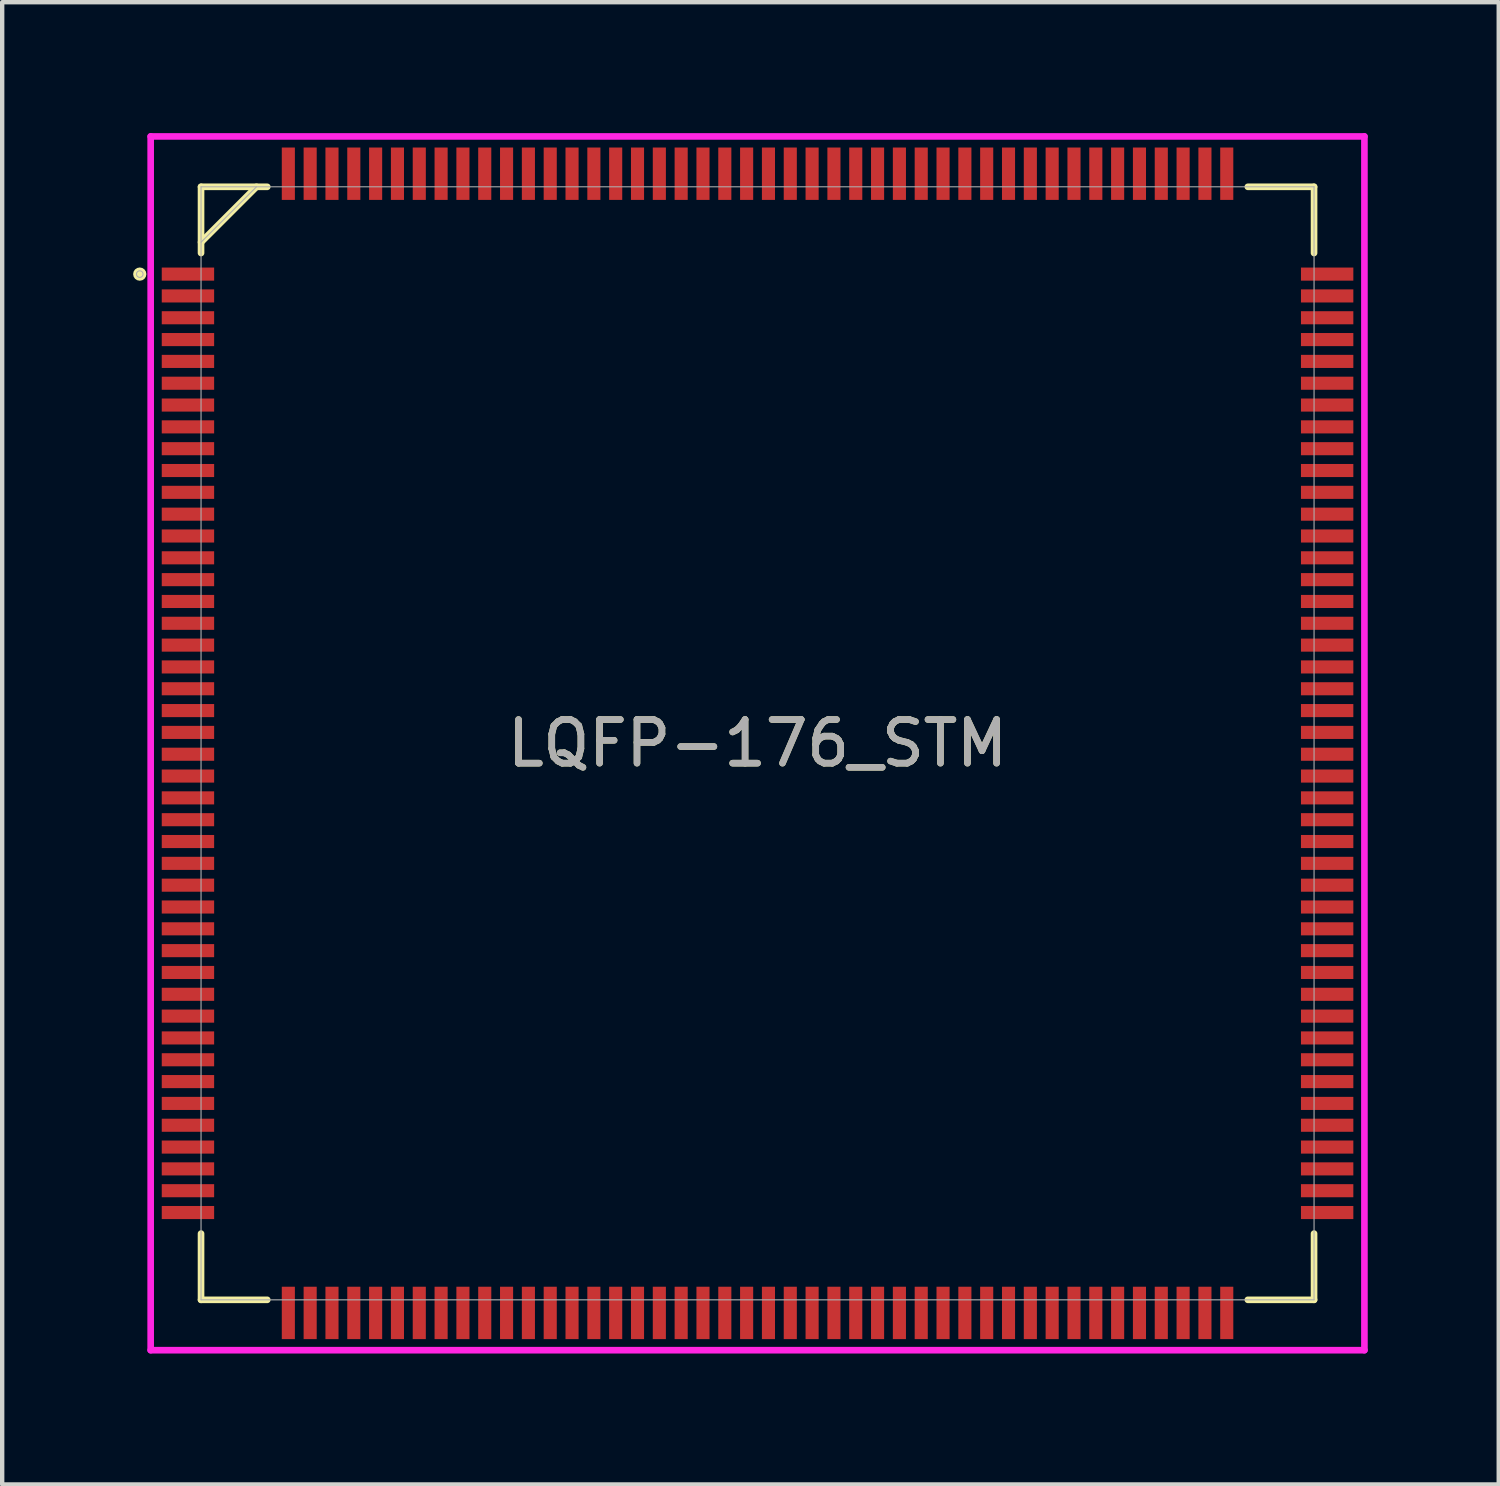
<source format=kicad_pcb>
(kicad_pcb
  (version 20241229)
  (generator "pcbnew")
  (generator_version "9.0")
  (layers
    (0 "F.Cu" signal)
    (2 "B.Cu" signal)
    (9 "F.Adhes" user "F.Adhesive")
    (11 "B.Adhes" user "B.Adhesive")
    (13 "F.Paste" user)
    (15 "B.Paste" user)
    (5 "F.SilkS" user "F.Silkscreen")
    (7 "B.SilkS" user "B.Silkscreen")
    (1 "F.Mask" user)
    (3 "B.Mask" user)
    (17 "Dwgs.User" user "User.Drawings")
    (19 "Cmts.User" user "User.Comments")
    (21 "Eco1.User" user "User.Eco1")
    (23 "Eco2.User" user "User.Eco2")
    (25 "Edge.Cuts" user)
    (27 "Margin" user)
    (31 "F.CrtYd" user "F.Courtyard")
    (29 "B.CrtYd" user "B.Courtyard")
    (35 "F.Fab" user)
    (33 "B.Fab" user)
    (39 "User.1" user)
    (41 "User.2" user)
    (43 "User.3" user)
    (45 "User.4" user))
  (footprint "LQFP-176_STM"
    (layer "F.Cu")
    (at 14.306 13.98)
    (property "Reference" "LQFP-176_STM" (at 0 0 0) (unlocked yes) (layer "F.SilkS") (effects (font (size 1 1) (thickness 0.15))))
    (attr smd)
    (fp_line (start -12.75 -12.75) (end -12.75 -11.233) (stroke (width 0.152) (type solid)) (layer "F.SilkS"))
    (fp_line (start -12.75 -11.48) (end -11.48 -12.75) (stroke (width 0.152) (type solid)) (layer "F.SilkS"))
    (fp_line (start -12.75 11.233) (end -12.75 12.75) (stroke (width 0.152) (type solid)) (layer "F.SilkS"))
    (fp_line (start -12.75 12.75) (end -11.233 12.75) (stroke (width 0.152) (type solid)) (layer "F.SilkS"))
    (fp_line (start -11.233 -12.75) (end -12.75 -12.75) (stroke (width 0.152) (type solid)) (layer "F.SilkS"))
    (fp_line (start 11.233 12.75) (end 12.75 12.75) (stroke (width 0.152) (type solid)) (layer "F.SilkS"))
    (fp_line (start 12.75 -12.75) (end 11.233 -12.75) (stroke (width 0.152) (type solid)) (layer "F.SilkS"))
    (fp_line (start 12.75 -11.233) (end 12.75 -12.75) (stroke (width 0.152) (type solid)) (layer "F.SilkS"))
    (fp_line (start 12.75 12.75) (end 12.75 11.233) (stroke (width 0.152) (type solid)) (layer "F.SilkS"))
    (fp_circle (center -14.154 -10.75) (end -14.078 -10.75) (stroke (width 0.152) (type solid)) (fill no) (layer "F.SilkS"))
    (fp_line (start -13.904 -13.904) (end 13.904 -13.904) (stroke (width 0.152) (type solid)) (layer "F.CrtYd"))
    (fp_line (start -13.904 13.904) (end -13.904 -13.904) (stroke (width 0.152) (type solid)) (layer "F.CrtYd"))
    (fp_line (start 13.904 -13.904) (end 13.904 13.904) (stroke (width 0.152) (type solid)) (layer "F.CrtYd"))
    (fp_line (start 13.904 13.904) (end -13.904 13.904) (stroke (width 0.152) (type solid)) (layer "F.CrtYd"))
    (fp_line (start -12.75 -12.75) (end -12.75 12.75) (stroke (width 0.025) (type solid)) (layer "F.Fab"))
    (fp_line (start -12.75 -11.48) (end -11.48 -12.75) (stroke (width 0.025) (type solid)) (layer "F.Fab"))
    (fp_line (start -12.75 12.75) (end 12.75 12.75) (stroke (width 0.025) (type solid)) (layer "F.Fab"))
    (fp_line (start 12.75 -12.75) (end -12.75 -12.75) (stroke (width 0.025) (type solid)) (layer "F.Fab"))
    (fp_line (start 12.75 12.75) (end 12.75 -12.75) (stroke (width 0.025) (type solid)) (layer "F.Fab"))
    (fp_circle (center -14.154 -10.75) (end -14.078 -10.75) (stroke (width 0.025) (type solid)) (fill no) (layer "F.Fab"))
    (fp_text user "${REFERENCE}" (at 0 0 0) (unlocked yes) (layer "F.Fab") (effects (font (size 1 1) (thickness 0.15))))
    (pad "1" smd rect (at -13.05 -10.75) (size 1.2 0.3) (layers "F.Cu" "F.Mask" "F.Paste"))
    (pad "2" smd rect (at -13.05 -10.25) (size 1.2 0.3) (layers "F.Cu" "F.Mask" "F.Paste"))
    (pad "3" smd rect (at -13.05 -9.75) (size 1.2 0.3) (layers "F.Cu" "F.Mask" "F.Paste"))
    (pad "4" smd rect (at -13.05 -9.25) (size 1.2 0.3) (layers "F.Cu" "F.Mask" "F.Paste"))
    (pad "5" smd rect (at -13.05 -8.75) (size 1.2 0.3) (layers "F.Cu" "F.Mask" "F.Paste"))
    (pad "6" smd rect (at -13.05 -8.25) (size 1.2 0.3) (layers "F.Cu" "F.Mask" "F.Paste"))
    (pad "7" smd rect (at -13.05 -7.75) (size 1.2 0.3) (layers "F.Cu" "F.Mask" "F.Paste"))
    (pad "8" smd rect (at -13.05 -7.25) (size 1.2 0.3) (layers "F.Cu" "F.Mask" "F.Paste"))
    (pad "9" smd rect (at -13.05 -6.75) (size 1.2 0.3) (layers "F.Cu" "F.Mask" "F.Paste"))
    (pad "10" smd rect (at -13.05 -6.25) (size 1.2 0.3) (layers "F.Cu" "F.Mask" "F.Paste"))
    (pad "11" smd rect (at -13.05 -5.75) (size 1.2 0.3) (layers "F.Cu" "F.Mask" "F.Paste"))
    (pad "12" smd rect (at -13.05 -5.25) (size 1.2 0.3) (layers "F.Cu" "F.Mask" "F.Paste"))
    (pad "13" smd rect (at -13.05 -4.75) (size 1.2 0.3) (layers "F.Cu" "F.Mask" "F.Paste"))
    (pad "14" smd rect (at -13.05 -4.25) (size 1.2 0.3) (layers "F.Cu" "F.Mask" "F.Paste"))
    (pad "15" smd rect (at -13.05 -3.75) (size 1.2 0.3) (layers "F.Cu" "F.Mask" "F.Paste"))
    (pad "16" smd rect (at -13.05 -3.25) (size 1.2 0.3) (layers "F.Cu" "F.Mask" "F.Paste"))
    (pad "17" smd rect (at -13.05 -2.75) (size 1.2 0.3) (layers "F.Cu" "F.Mask" "F.Paste"))
    (pad "18" smd rect (at -13.05 -2.25) (size 1.2 0.3) (layers "F.Cu" "F.Mask" "F.Paste"))
    (pad "19" smd rect (at -13.05 -1.75) (size 1.2 0.3) (layers "F.Cu" "F.Mask" "F.Paste"))
    (pad "20" smd rect (at -13.05 -1.25) (size 1.2 0.3) (layers "F.Cu" "F.Mask" "F.Paste"))
    (pad "21" smd rect (at -13.05 -0.75) (size 1.2 0.3) (layers "F.Cu" "F.Mask" "F.Paste"))
    (pad "22" smd rect (at -13.05 -0.25) (size 1.2 0.3) (layers "F.Cu" "F.Mask" "F.Paste"))
    (pad "23" smd rect (at -13.05 0.25) (size 1.2 0.3) (layers "F.Cu" "F.Mask" "F.Paste"))
    (pad "24" smd rect (at -13.05 0.75) (size 1.2 0.3) (layers "F.Cu" "F.Mask" "F.Paste"))
    (pad "25" smd rect (at -13.05 1.25) (size 1.2 0.3) (layers "F.Cu" "F.Mask" "F.Paste"))
    (pad "26" smd rect (at -13.05 1.75) (size 1.2 0.3) (layers "F.Cu" "F.Mask" "F.Paste"))
    (pad "27" smd rect (at -13.05 2.25) (size 1.2 0.3) (layers "F.Cu" "F.Mask" "F.Paste"))
    (pad "28" smd rect (at -13.05 2.75) (size 1.2 0.3) (layers "F.Cu" "F.Mask" "F.Paste"))
    (pad "29" smd rect (at -13.05 3.25) (size 1.2 0.3) (layers "F.Cu" "F.Mask" "F.Paste"))
    (pad "30" smd rect (at -13.05 3.75) (size 1.2 0.3) (layers "F.Cu" "F.Mask" "F.Paste"))
    (pad "31" smd rect (at -13.05 4.25) (size 1.2 0.3) (layers "F.Cu" "F.Mask" "F.Paste"))
    (pad "32" smd rect (at -13.05 4.75) (size 1.2 0.3) (layers "F.Cu" "F.Mask" "F.Paste"))
    (pad "33" smd rect (at -13.05 5.25) (size 1.2 0.3) (layers "F.Cu" "F.Mask" "F.Paste"))
    (pad "34" smd rect (at -13.05 5.75) (size 1.2 0.3) (layers "F.Cu" "F.Mask" "F.Paste"))
    (pad "35" smd rect (at -13.05 6.25) (size 1.2 0.3) (layers "F.Cu" "F.Mask" "F.Paste"))
    (pad "36" smd rect (at -13.05 6.75) (size 1.2 0.3) (layers "F.Cu" "F.Mask" "F.Paste"))
    (pad "37" smd rect (at -13.05 7.25) (size 1.2 0.3) (layers "F.Cu" "F.Mask" "F.Paste"))
    (pad "38" smd rect (at -13.05 7.75) (size 1.2 0.3) (layers "F.Cu" "F.Mask" "F.Paste"))
    (pad "39" smd rect (at -13.05 8.25) (size 1.2 0.3) (layers "F.Cu" "F.Mask" "F.Paste"))
    (pad "40" smd rect (at -13.05 8.75) (size 1.2 0.3) (layers "F.Cu" "F.Mask" "F.Paste"))
    (pad "41" smd rect (at -13.05 9.25) (size 1.2 0.3) (layers "F.Cu" "F.Mask" "F.Paste"))
    (pad "42" smd rect (at -13.05 9.75) (size 1.2 0.3) (layers "F.Cu" "F.Mask" "F.Paste"))
    (pad "43" smd rect (at -13.05 10.25) (size 1.2 0.3) (layers "F.Cu" "F.Mask" "F.Paste"))
    (pad "44" smd rect (at -13.05 10.75) (size 1.2 0.3) (layers "F.Cu" "F.Mask" "F.Paste"))
    (pad "45" smd rect (at -10.75 13.05 90) (size 1.2 0.3) (layers "F.Cu" "F.Mask" "F.Paste"))
    (pad "46" smd rect (at -10.25 13.05 90) (size 1.2 0.3) (layers "F.Cu" "F.Mask" "F.Paste"))
    (pad "47" smd rect (at -9.75 13.05 90) (size 1.2 0.3) (layers "F.Cu" "F.Mask" "F.Paste"))
    (pad "48" smd rect (at -9.25 13.05 90) (size 1.2 0.3) (layers "F.Cu" "F.Mask" "F.Paste"))
    (pad "49" smd rect (at -8.75 13.05 90) (size 1.2 0.3) (layers "F.Cu" "F.Mask" "F.Paste"))
    (pad "50" smd rect (at -8.25 13.05 90) (size 1.2 0.3) (layers "F.Cu" "F.Mask" "F.Paste"))
    (pad "51" smd rect (at -7.75 13.05 90) (size 1.2 0.3) (layers "F.Cu" "F.Mask" "F.Paste"))
    (pad "52" smd rect (at -7.25 13.05 90) (size 1.2 0.3) (layers "F.Cu" "F.Mask" "F.Paste"))
    (pad "53" smd rect (at -6.75 13.05 90) (size 1.2 0.3) (layers "F.Cu" "F.Mask" "F.Paste"))
    (pad "54" smd rect (at -6.25 13.05 90) (size 1.2 0.3) (layers "F.Cu" "F.Mask" "F.Paste"))
    (pad "55" smd rect (at -5.75 13.05 90) (size 1.2 0.3) (layers "F.Cu" "F.Mask" "F.Paste"))
    (pad "56" smd rect (at -5.25 13.05 90) (size 1.2 0.3) (layers "F.Cu" "F.Mask" "F.Paste"))
    (pad "57" smd rect (at -4.75 13.05 90) (size 1.2 0.3) (layers "F.Cu" "F.Mask" "F.Paste"))
    (pad "58" smd rect (at -4.25 13.05 90) (size 1.2 0.3) (layers "F.Cu" "F.Mask" "F.Paste"))
    (pad "59" smd rect (at -3.75 13.05 90) (size 1.2 0.3) (layers "F.Cu" "F.Mask" "F.Paste"))
    (pad "60" smd rect (at -3.25 13.05 90) (size 1.2 0.3) (layers "F.Cu" "F.Mask" "F.Paste"))
    (pad "61" smd rect (at -2.75 13.05 90) (size 1.2 0.3) (layers "F.Cu" "F.Mask" "F.Paste"))
    (pad "62" smd rect (at -2.25 13.05 90) (size 1.2 0.3) (layers "F.Cu" "F.Mask" "F.Paste"))
    (pad "63" smd rect (at -1.75 13.05 90) (size 1.2 0.3) (layers "F.Cu" "F.Mask" "F.Paste"))
    (pad "64" smd rect (at -1.25 13.05 90) (size 1.2 0.3) (layers "F.Cu" "F.Mask" "F.Paste"))
    (pad "65" smd rect (at -0.75 13.05 90) (size 1.2 0.3) (layers "F.Cu" "F.Mask" "F.Paste"))
    (pad "66" smd rect (at -0.25 13.05 90) (size 1.2 0.3) (layers "F.Cu" "F.Mask" "F.Paste"))
    (pad "67" smd rect (at 0.25 13.05 90) (size 1.2 0.3) (layers "F.Cu" "F.Mask" "F.Paste"))
    (pad "68" smd rect (at 0.75 13.05 90) (size 1.2 0.3) (layers "F.Cu" "F.Mask" "F.Paste"))
    (pad "69" smd rect (at 1.25 13.05 90) (size 1.2 0.3) (layers "F.Cu" "F.Mask" "F.Paste"))
    (pad "70" smd rect (at 1.75 13.05 90) (size 1.2 0.3) (layers "F.Cu" "F.Mask" "F.Paste"))
    (pad "71" smd rect (at 2.25 13.05 90) (size 1.2 0.3) (layers "F.Cu" "F.Mask" "F.Paste"))
    (pad "72" smd rect (at 2.75 13.05 90) (size 1.2 0.3) (layers "F.Cu" "F.Mask" "F.Paste"))
    (pad "73" smd rect (at 3.25 13.05 90) (size 1.2 0.3) (layers "F.Cu" "F.Mask" "F.Paste"))
    (pad "74" smd rect (at 3.75 13.05 90) (size 1.2 0.3) (layers "F.Cu" "F.Mask" "F.Paste"))
    (pad "75" smd rect (at 4.25 13.05 90) (size 1.2 0.3) (layers "F.Cu" "F.Mask" "F.Paste"))
    (pad "76" smd rect (at 4.75 13.05 90) (size 1.2 0.3) (layers "F.Cu" "F.Mask" "F.Paste"))
    (pad "77" smd rect (at 5.25 13.05 90) (size 1.2 0.3) (layers "F.Cu" "F.Mask" "F.Paste"))
    (pad "78" smd rect (at 5.75 13.05 90) (size 1.2 0.3) (layers "F.Cu" "F.Mask" "F.Paste"))
    (pad "79" smd rect (at 6.25 13.05 90) (size 1.2 0.3) (layers "F.Cu" "F.Mask" "F.Paste"))
    (pad "80" smd rect (at 6.75 13.05 90) (size 1.2 0.3) (layers "F.Cu" "F.Mask" "F.Paste"))
    (pad "81" smd rect (at 7.25 13.05 90) (size 1.2 0.3) (layers "F.Cu" "F.Mask" "F.Paste"))
    (pad "82" smd rect (at 7.75 13.05 90) (size 1.2 0.3) (layers "F.Cu" "F.Mask" "F.Paste"))
    (pad "83" smd rect (at 8.25 13.05 90) (size 1.2 0.3) (layers "F.Cu" "F.Mask" "F.Paste"))
    (pad "84" smd rect (at 8.75 13.05 90) (size 1.2 0.3) (layers "F.Cu" "F.Mask" "F.Paste"))
    (pad "85" smd rect (at 9.25 13.05 90) (size 1.2 0.3) (layers "F.Cu" "F.Mask" "F.Paste"))
    (pad "86" smd rect (at 9.75 13.05 90) (size 1.2 0.3) (layers "F.Cu" "F.Mask" "F.Paste"))
    (pad "87" smd rect (at 10.25 13.05 90) (size 1.2 0.3) (layers "F.Cu" "F.Mask" "F.Paste"))
    (pad "88" smd rect (at 10.75 13.05 90) (size 1.2 0.3) (layers "F.Cu" "F.Mask" "F.Paste"))
    (pad "89" smd rect (at 13.05 10.75) (size 1.2 0.3) (layers "F.Cu" "F.Mask" "F.Paste"))
    (pad "90" smd rect (at 13.05 10.25) (size 1.2 0.3) (layers "F.Cu" "F.Mask" "F.Paste"))
    (pad "91" smd rect (at 13.05 9.75) (size 1.2 0.3) (layers "F.Cu" "F.Mask" "F.Paste"))
    (pad "92" smd rect (at 13.05 9.25) (size 1.2 0.3) (layers "F.Cu" "F.Mask" "F.Paste"))
    (pad "93" smd rect (at 13.05 8.75) (size 1.2 0.3) (layers "F.Cu" "F.Mask" "F.Paste"))
    (pad "94" smd rect (at 13.05 8.25) (size 1.2 0.3) (layers "F.Cu" "F.Mask" "F.Paste"))
    (pad "95" smd rect (at 13.05 7.75) (size 1.2 0.3) (layers "F.Cu" "F.Mask" "F.Paste"))
    (pad "96" smd rect (at 13.05 7.25) (size 1.2 0.3) (layers "F.Cu" "F.Mask" "F.Paste"))
    (pad "97" smd rect (at 13.05 6.75) (size 1.2 0.3) (layers "F.Cu" "F.Mask" "F.Paste"))
    (pad "98" smd rect (at 13.05 6.25) (size 1.2 0.3) (layers "F.Cu" "F.Mask" "F.Paste"))
    (pad "99" smd rect (at 13.05 5.75) (size 1.2 0.3) (layers "F.Cu" "F.Mask" "F.Paste"))
    (pad "100" smd rect (at 13.05 5.25) (size 1.2 0.3) (layers "F.Cu" "F.Mask" "F.Paste"))
    (pad "101" smd rect (at 13.05 4.75) (size 1.2 0.3) (layers "F.Cu" "F.Mask" "F.Paste"))
    (pad "102" smd rect (at 13.05 4.25) (size 1.2 0.3) (layers "F.Cu" "F.Mask" "F.Paste"))
    (pad "103" smd rect (at 13.05 3.75) (size 1.2 0.3) (layers "F.Cu" "F.Mask" "F.Paste"))
    (pad "104" smd rect (at 13.05 3.25) (size 1.2 0.3) (layers "F.Cu" "F.Mask" "F.Paste"))
    (pad "105" smd rect (at 13.05 2.75) (size 1.2 0.3) (layers "F.Cu" "F.Mask" "F.Paste"))
    (pad "106" smd rect (at 13.05 2.25) (size 1.2 0.3) (layers "F.Cu" "F.Mask" "F.Paste"))
    (pad "107" smd rect (at 13.05 1.75) (size 1.2 0.3) (layers "F.Cu" "F.Mask" "F.Paste"))
    (pad "108" smd rect (at 13.05 1.25) (size 1.2 0.3) (layers "F.Cu" "F.Mask" "F.Paste"))
    (pad "109" smd rect (at 13.05 0.75) (size 1.2 0.3) (layers "F.Cu" "F.Mask" "F.Paste"))
    (pad "110" smd rect (at 13.05 0.25) (size 1.2 0.3) (layers "F.Cu" "F.Mask" "F.Paste"))
    (pad "111" smd rect (at 13.05 -0.25) (size 1.2 0.3) (layers "F.Cu" "F.Mask" "F.Paste"))
    (pad "112" smd rect (at 13.05 -0.75) (size 1.2 0.3) (layers "F.Cu" "F.Mask" "F.Paste"))
    (pad "113" smd rect (at 13.05 -1.25) (size 1.2 0.3) (layers "F.Cu" "F.Mask" "F.Paste"))
    (pad "114" smd rect (at 13.05 -1.75) (size 1.2 0.3) (layers "F.Cu" "F.Mask" "F.Paste"))
    (pad "115" smd rect (at 13.05 -2.25) (size 1.2 0.3) (layers "F.Cu" "F.Mask" "F.Paste"))
    (pad "116" smd rect (at 13.05 -2.75) (size 1.2 0.3) (layers "F.Cu" "F.Mask" "F.Paste"))
    (pad "117" smd rect (at 13.05 -3.25) (size 1.2 0.3) (layers "F.Cu" "F.Mask" "F.Paste"))
    (pad "118" smd rect (at 13.05 -3.75) (size 1.2 0.3) (layers "F.Cu" "F.Mask" "F.Paste"))
    (pad "119" smd rect (at 13.05 -4.25) (size 1.2 0.3) (layers "F.Cu" "F.Mask" "F.Paste"))
    (pad "120" smd rect (at 13.05 -4.75) (size 1.2 0.3) (layers "F.Cu" "F.Mask" "F.Paste"))
    (pad "121" smd rect (at 13.05 -5.25) (size 1.2 0.3) (layers "F.Cu" "F.Mask" "F.Paste"))
    (pad "122" smd rect (at 13.05 -5.75) (size 1.2 0.3) (layers "F.Cu" "F.Mask" "F.Paste"))
    (pad "123" smd rect (at 13.05 -6.25) (size 1.2 0.3) (layers "F.Cu" "F.Mask" "F.Paste"))
    (pad "124" smd rect (at 13.05 -6.75) (size 1.2 0.3) (layers "F.Cu" "F.Mask" "F.Paste"))
    (pad "125" smd rect (at 13.05 -7.25) (size 1.2 0.3) (layers "F.Cu" "F.Mask" "F.Paste"))
    (pad "126" smd rect (at 13.05 -7.75) (size 1.2 0.3) (layers "F.Cu" "F.Mask" "F.Paste"))
    (pad "127" smd rect (at 13.05 -8.25) (size 1.2 0.3) (layers "F.Cu" "F.Mask" "F.Paste"))
    (pad "128" smd rect (at 13.05 -8.75) (size 1.2 0.3) (layers "F.Cu" "F.Mask" "F.Paste"))
    (pad "129" smd rect (at 13.05 -9.25) (size 1.2 0.3) (layers "F.Cu" "F.Mask" "F.Paste"))
    (pad "130" smd rect (at 13.05 -9.75) (size 1.2 0.3) (layers "F.Cu" "F.Mask" "F.Paste"))
    (pad "131" smd rect (at 13.05 -10.25) (size 1.2 0.3) (layers "F.Cu" "F.Mask" "F.Paste"))
    (pad "132" smd rect (at 13.05 -10.75) (size 1.2 0.3) (layers "F.Cu" "F.Mask" "F.Paste"))
    (pad "133" smd rect (at 10.75 -13.05 90) (size 1.2 0.3) (layers "F.Cu" "F.Mask" "F.Paste"))
    (pad "134" smd rect (at 10.25 -13.05 90) (size 1.2 0.3) (layers "F.Cu" "F.Mask" "F.Paste"))
    (pad "135" smd rect (at 9.75 -13.05 90) (size 1.2 0.3) (layers "F.Cu" "F.Mask" "F.Paste"))
    (pad "136" smd rect (at 9.25 -13.05 90) (size 1.2 0.3) (layers "F.Cu" "F.Mask" "F.Paste"))
    (pad "137" smd rect (at 8.75 -13.05 90) (size 1.2 0.3) (layers "F.Cu" "F.Mask" "F.Paste"))
    (pad "138" smd rect (at 8.25 -13.05 90) (size 1.2 0.3) (layers "F.Cu" "F.Mask" "F.Paste"))
    (pad "139" smd rect (at 7.75 -13.05 90) (size 1.2 0.3) (layers "F.Cu" "F.Mask" "F.Paste"))
    (pad "140" smd rect (at 7.25 -13.05 90) (size 1.2 0.3) (layers "F.Cu" "F.Mask" "F.Paste"))
    (pad "141" smd rect (at 6.75 -13.05 90) (size 1.2 0.3) (layers "F.Cu" "F.Mask" "F.Paste"))
    (pad "142" smd rect (at 6.25 -13.05 90) (size 1.2 0.3) (layers "F.Cu" "F.Mask" "F.Paste"))
    (pad "143" smd rect (at 5.75 -13.05 90) (size 1.2 0.3) (layers "F.Cu" "F.Mask" "F.Paste"))
    (pad "144" smd rect (at 5.25 -13.05 90) (size 1.2 0.3) (layers "F.Cu" "F.Mask" "F.Paste"))
    (pad "145" smd rect (at 4.75 -13.05 90) (size 1.2 0.3) (layers "F.Cu" "F.Mask" "F.Paste"))
    (pad "146" smd rect (at 4.25 -13.05 90) (size 1.2 0.3) (layers "F.Cu" "F.Mask" "F.Paste"))
    (pad "147" smd rect (at 3.75 -13.05 90) (size 1.2 0.3) (layers "F.Cu" "F.Mask" "F.Paste"))
    (pad "148" smd rect (at 3.25 -13.05 90) (size 1.2 0.3) (layers "F.Cu" "F.Mask" "F.Paste"))
    (pad "149" smd rect (at 2.75 -13.05 90) (size 1.2 0.3) (layers "F.Cu" "F.Mask" "F.Paste"))
    (pad "150" smd rect (at 2.25 -13.05 90) (size 1.2 0.3) (layers "F.Cu" "F.Mask" "F.Paste"))
    (pad "151" smd rect (at 1.75 -13.05 90) (size 1.2 0.3) (layers "F.Cu" "F.Mask" "F.Paste"))
    (pad "152" smd rect (at 1.25 -13.05 90) (size 1.2 0.3) (layers "F.Cu" "F.Mask" "F.Paste"))
    (pad "153" smd rect (at 0.75 -13.05 90) (size 1.2 0.3) (layers "F.Cu" "F.Mask" "F.Paste"))
    (pad "154" smd rect (at 0.25 -13.05 90) (size 1.2 0.3) (layers "F.Cu" "F.Mask" "F.Paste"))
    (pad "155" smd rect (at -0.25 -13.05 90) (size 1.2 0.3) (layers "F.Cu" "F.Mask" "F.Paste"))
    (pad "156" smd rect (at -0.75 -13.05 90) (size 1.2 0.3) (layers "F.Cu" "F.Mask" "F.Paste"))
    (pad "157" smd rect (at -1.25 -13.05 90) (size 1.2 0.3) (layers "F.Cu" "F.Mask" "F.Paste"))
    (pad "158" smd rect (at -1.75 -13.05 90) (size 1.2 0.3) (layers "F.Cu" "F.Mask" "F.Paste"))
    (pad "159" smd rect (at -2.25 -13.05 90) (size 1.2 0.3) (layers "F.Cu" "F.Mask" "F.Paste"))
    (pad "160" smd rect (at -2.75 -13.05 90) (size 1.2 0.3) (layers "F.Cu" "F.Mask" "F.Paste"))
    (pad "161" smd rect (at -3.25 -13.05 90) (size 1.2 0.3) (layers "F.Cu" "F.Mask" "F.Paste"))
    (pad "162" smd rect (at -3.75 -13.05 90) (size 1.2 0.3) (layers "F.Cu" "F.Mask" "F.Paste"))
    (pad "163" smd rect (at -4.25 -13.05 90) (size 1.2 0.3) (layers "F.Cu" "F.Mask" "F.Paste"))
    (pad "164" smd rect (at -4.75 -13.05 90) (size 1.2 0.3) (layers "F.Cu" "F.Mask" "F.Paste"))
    (pad "165" smd rect (at -5.25 -13.05 90) (size 1.2 0.3) (layers "F.Cu" "F.Mask" "F.Paste"))
    (pad "166" smd rect (at -5.75 -13.05 90) (size 1.2 0.3) (layers "F.Cu" "F.Mask" "F.Paste"))
    (pad "167" smd rect (at -6.25 -13.05 90) (size 1.2 0.3) (layers "F.Cu" "F.Mask" "F.Paste"))
    (pad "168" smd rect (at -6.75 -13.05 90) (size 1.2 0.3) (layers "F.Cu" "F.Mask" "F.Paste"))
    (pad "169" smd rect (at -7.25 -13.05 90) (size 1.2 0.3) (layers "F.Cu" "F.Mask" "F.Paste"))
    (pad "170" smd rect (at -7.75 -13.05 90) (size 1.2 0.3) (layers "F.Cu" "F.Mask" "F.Paste"))
    (pad "171" smd rect (at -8.25 -13.05 90) (size 1.2 0.3) (layers "F.Cu" "F.Mask" "F.Paste"))
    (pad "172" smd rect (at -8.75 -13.05 90) (size 1.2 0.3) (layers "F.Cu" "F.Mask" "F.Paste"))
    (pad "173" smd rect (at -9.25 -13.05 90) (size 1.2 0.3) (layers "F.Cu" "F.Mask" "F.Paste"))
    (pad "174" smd rect (at -9.75 -13.05 90) (size 1.2 0.3) (layers "F.Cu" "F.Mask" "F.Paste"))
    (pad "175" smd rect (at -10.25 -13.05 90) (size 1.2 0.3) (layers "F.Cu" "F.Mask" "F.Paste"))
    (pad "176" smd rect (at -10.75 -13.05 90) (size 1.2 0.3) (layers "F.Cu" "F.Mask" "F.Paste")))
  (gr_rect
    (start -3 -3)
    (end 31.287 30.96)
    (stroke (width 0.1) (type default))
    (fill no)
    (layer "Edge.Cuts")))
</source>
